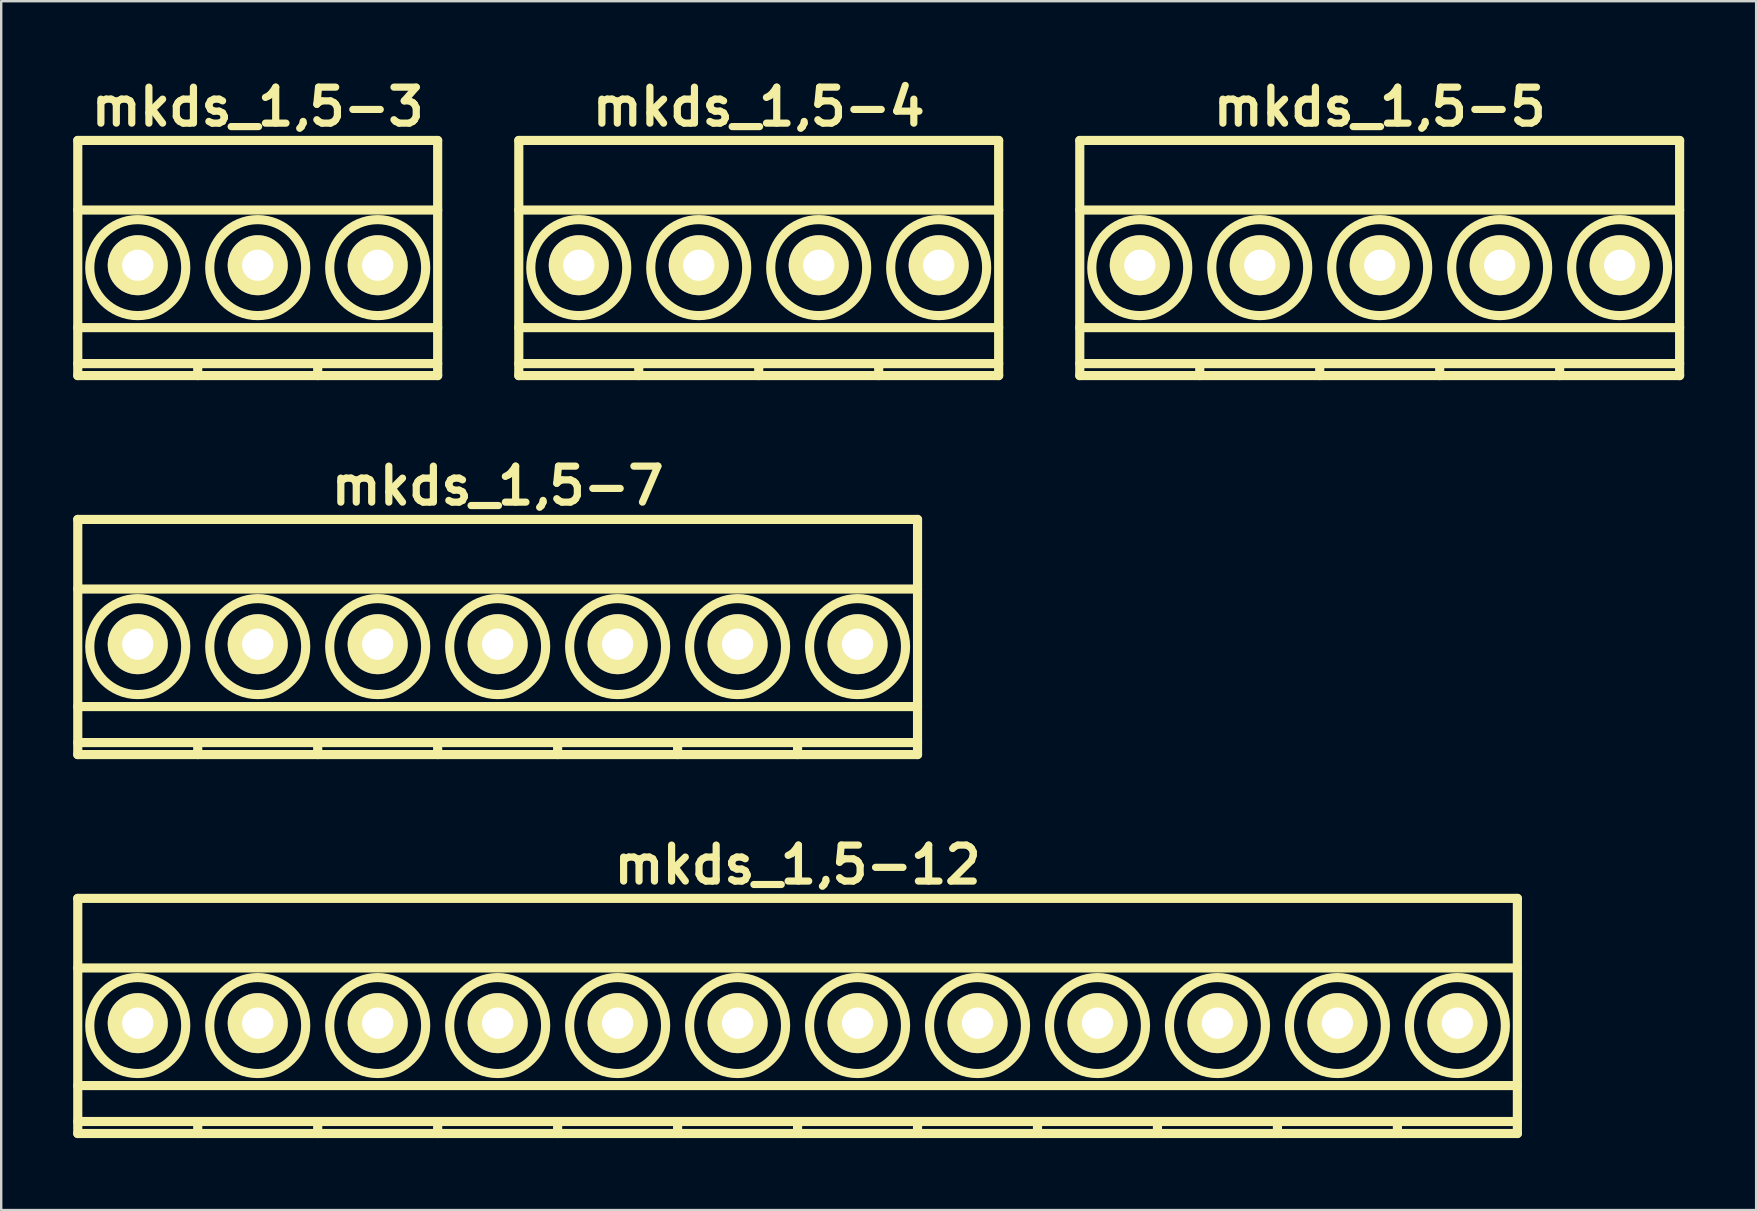
<source format=kicad_pcb>
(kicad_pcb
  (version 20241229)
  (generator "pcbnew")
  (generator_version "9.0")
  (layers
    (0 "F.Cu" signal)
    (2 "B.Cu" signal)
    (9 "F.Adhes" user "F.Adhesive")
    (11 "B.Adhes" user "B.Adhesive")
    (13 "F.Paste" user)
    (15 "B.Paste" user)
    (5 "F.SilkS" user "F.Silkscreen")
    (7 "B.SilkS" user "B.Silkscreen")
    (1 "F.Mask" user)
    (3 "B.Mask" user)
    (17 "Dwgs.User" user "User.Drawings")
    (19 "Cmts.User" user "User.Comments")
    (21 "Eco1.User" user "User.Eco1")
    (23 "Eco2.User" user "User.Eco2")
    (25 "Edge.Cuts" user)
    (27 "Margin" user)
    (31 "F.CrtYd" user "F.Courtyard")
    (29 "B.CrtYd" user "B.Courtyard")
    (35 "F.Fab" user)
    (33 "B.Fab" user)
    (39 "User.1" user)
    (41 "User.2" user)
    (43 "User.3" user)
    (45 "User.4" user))
  (footprint "mkds_1,5-7"
    (layer "F.Cu")
    (at 17.691 23.799)
    (property "Reference" "mkds_1,5-7" (at 0 -6.6 0) (layer "F.SilkS") (effects (font (size 1.5 1.5) (thickness 0.3))))
    (attr through_hole)
    (fp_line (start -17.5 -5.2) (end -17.5 4.6) (stroke (width 0.381) (type solid)) (layer "F.SilkS"))
    (fp_line (start -17.5 -2.3) (end 17.5 -2.3) (stroke (width 0.381) (type solid)) (layer "F.SilkS"))
    (fp_line (start -17.5 2.6) (end 17.5 2.6) (stroke (width 0.381) (type solid)) (layer "F.SilkS"))
    (fp_line (start -17.5 4.1) (end 17.5 4.1) (stroke (width 0.381) (type solid)) (layer "F.SilkS"))
    (fp_line (start -17.5 4.6) (end 17.5 4.6) (stroke (width 0.381) (type solid)) (layer "F.SilkS"))
    (fp_line (start -12.5 4.1) (end -12.5 4.6) (stroke (width 0.381) (type solid)) (layer "F.SilkS"))
    (fp_line (start -7.5 4.1) (end -7.5 4.6) (stroke (width 0.381) (type solid)) (layer "F.SilkS"))
    (fp_line (start -2.5 4.1) (end -2.5 4.6) (stroke (width 0.381) (type solid)) (layer "F.SilkS"))
    (fp_line (start 2.5 4.1) (end 2.5 4.6) (stroke (width 0.381) (type solid)) (layer "F.SilkS"))
    (fp_line (start 7.5 4.1) (end 7.5 4.6) (stroke (width 0.381) (type solid)) (layer "F.SilkS"))
    (fp_line (start 12.5 4.1) (end 12.5 4.6) (stroke (width 0.381) (type solid)) (layer "F.SilkS"))
    (fp_line (start 17.5 -5.2) (end -17.5 -5.2) (stroke (width 0.381) (type solid)) (layer "F.SilkS"))
    (fp_line (start 17.5 4.6) (end 17.5 -5.2) (stroke (width 0.381) (type solid)) (layer "F.SilkS"))
    (fp_circle (center -15 0.1) (end -13 0.1) (stroke (width 0.381) (type solid)) (fill no) (layer "F.SilkS"))
    (fp_circle (center -10 0.1) (end -12 0.1) (stroke (width 0.381) (type solid)) (fill no) (layer "F.SilkS"))
    (fp_circle (center -5 0.1) (end -7 0.1) (stroke (width 0.381) (type solid)) (fill no) (layer "F.SilkS"))
    (fp_circle (center 0 0.1) (end -2 0.1) (stroke (width 0.381) (type solid)) (fill no) (layer "F.SilkS"))
    (fp_circle (center 5 0.1) (end 3 0.1) (stroke (width 0.381) (type solid)) (fill no) (layer "F.SilkS"))
    (fp_circle (center 10 0.1) (end 8 0.1) (stroke (width 0.381) (type solid)) (fill no) (layer "F.SilkS"))
    (fp_circle (center 15 0.1) (end 13 0.1) (stroke (width 0.381) (type solid)) (fill no) (layer "F.SilkS"))
    (pad "1" thru_hole circle (at -15 0) (size 2.5 2.5) (drill 1.3) (layers "*.Cu" "*.Mask" "F.SilkS"))
    (pad "2" thru_hole circle (at -10 0) (size 2.5 2.5) (drill 1.3) (layers "*.Cu" "*.Mask" "F.SilkS"))
    (pad "3" thru_hole circle (at -5 0) (size 2.5 2.5) (drill 1.3) (layers "*.Cu" "*.Mask" "F.SilkS"))
    (pad "4" thru_hole circle (at 0 0) (size 2.5 2.5) (drill 1.3) (layers "*.Cu" "*.Mask" "F.SilkS"))
    (pad "5" thru_hole circle (at 5 0) (size 2.5 2.5) (drill 1.3) (layers "*.Cu" "*.Mask" "F.SilkS"))
    (pad "6" thru_hole circle (at 10 0) (size 2.5 2.5) (drill 1.3) (layers "*.Cu" "*.Mask" "F.SilkS"))
    (pad "7" thru_hole circle (at 15 0) (size 2.5 2.5) (drill 1.3) (layers "*.Cu" "*.Mask" "F.SilkS")))
  (footprint "mkds_1,5-12"
    (layer "F.Cu")
    (at 30.191 39.593)
    (property "Reference" "mkds_1,5-12" (at 0 -6.6 0) (layer "F.SilkS") (effects (font (size 1.5 1.5) (thickness 0.3))))
    (attr through_hole)
    (fp_line (start -30 -5.2) (end -30 4.6) (stroke (width 0.381) (type solid)) (layer "F.SilkS"))
    (fp_line (start -30 -2.3) (end 30 -2.3) (stroke (width 0.381) (type solid)) (layer "F.SilkS"))
    (fp_line (start -30 2.6) (end 30 2.6) (stroke (width 0.381) (type solid)) (layer "F.SilkS"))
    (fp_line (start -30 4.1) (end 30 4.1) (stroke (width 0.381) (type solid)) (layer "F.SilkS"))
    (fp_line (start -30 4.6) (end 30 4.6) (stroke (width 0.381) (type solid)) (layer "F.SilkS"))
    (fp_line (start -25 4.1) (end -25 4.6) (stroke (width 0.381) (type solid)) (layer "F.SilkS"))
    (fp_line (start -20 4.1) (end -20 4.6) (stroke (width 0.381) (type solid)) (layer "F.SilkS"))
    (fp_line (start -15 4.1) (end -15 4.6) (stroke (width 0.381) (type solid)) (layer "F.SilkS"))
    (fp_line (start -10 4.1) (end -10 4.6) (stroke (width 0.381) (type solid)) (layer "F.SilkS"))
    (fp_line (start -5 4.1) (end -5 4.6) (stroke (width 0.381) (type solid)) (layer "F.SilkS"))
    (fp_line (start 0 4.1) (end 0 4.6) (stroke (width 0.381) (type solid)) (layer "F.SilkS"))
    (fp_line (start 5 4.1) (end 5 4.6) (stroke (width 0.381) (type solid)) (layer "F.SilkS"))
    (fp_line (start 10 4.1) (end 10 4.6) (stroke (width 0.381) (type solid)) (layer "F.SilkS"))
    (fp_line (start 15 4.1) (end 15 4.6) (stroke (width 0.381) (type solid)) (layer "F.SilkS"))
    (fp_line (start 20 4.1) (end 20 4.6) (stroke (width 0.381) (type solid)) (layer "F.SilkS"))
    (fp_line (start 25 4.1) (end 25 4.6) (stroke (width 0.381) (type solid)) (layer "F.SilkS"))
    (fp_line (start 30 -5.2) (end -30 -5.2) (stroke (width 0.381) (type solid)) (layer "F.SilkS"))
    (fp_line (start 30 4.6) (end 30 -5.2) (stroke (width 0.381) (type solid)) (layer "F.SilkS"))
    (fp_circle (center -27.5 0.1) (end -25.5 0.1) (stroke (width 0.381) (type solid)) (fill no) (layer "F.SilkS"))
    (fp_circle (center -22.5 0.1) (end -24.5 0.1) (stroke (width 0.381) (type solid)) (fill no) (layer "F.SilkS"))
    (fp_circle (center -17.5 0.1) (end -19.5 0.1) (stroke (width 0.381) (type solid)) (fill no) (layer "F.SilkS"))
    (fp_circle (center -12.5 0.1) (end -14.5 0.1) (stroke (width 0.381) (type solid)) (fill no) (layer "F.SilkS"))
    (fp_circle (center -7.5 0.1) (end -9.5 0.1) (stroke (width 0.381) (type solid)) (fill no) (layer "F.SilkS"))
    (fp_circle (center -2.5 0.1) (end -4.5 0.1) (stroke (width 0.381) (type solid)) (fill no) (layer "F.SilkS"))
    (fp_circle (center 2.5 0.1) (end 0.5 0.1) (stroke (width 0.381) (type solid)) (fill no) (layer "F.SilkS"))
    (fp_circle (center 7.5 0.1) (end 5.5 0.1) (stroke (width 0.381) (type solid)) (fill no) (layer "F.SilkS"))
    (fp_circle (center 12.5 0.1) (end 10.5 0.1) (stroke (width 0.381) (type solid)) (fill no) (layer "F.SilkS"))
    (fp_circle (center 17.5 0.1) (end 15.5 0.1) (stroke (width 0.381) (type solid)) (fill no) (layer "F.SilkS"))
    (fp_circle (center 22.5 0.1) (end 20.5 0.1) (stroke (width 0.381) (type solid)) (fill no) (layer "F.SilkS"))
    (fp_circle (center 27.5 0.1) (end 25.5 0.1) (stroke (width 0.381) (type solid)) (fill no) (layer "F.SilkS"))
    (pad "1" thru_hole circle (at -27.5 0) (size 2.5 2.5) (drill 1.3) (layers "*.Cu" "*.Mask" "F.SilkS"))
    (pad "2" thru_hole circle (at -22.5 0) (size 2.5 2.5) (drill 1.3) (layers "*.Cu" "*.Mask" "F.SilkS"))
    (pad "3" thru_hole circle (at -17.5 0) (size 2.5 2.5) (drill 1.3) (layers "*.Cu" "*.Mask" "F.SilkS"))
    (pad "4" thru_hole circle (at -12.5 0) (size 2.5 2.5) (drill 1.3) (layers "*.Cu" "*.Mask" "F.SilkS"))
    (pad "5" thru_hole circle (at -7.5 0) (size 2.5 2.5) (drill 1.3) (layers "*.Cu" "*.Mask" "F.SilkS"))
    (pad "6" thru_hole circle (at -2.5 0) (size 2.5 2.5) (drill 1.3) (layers "*.Cu" "*.Mask" "F.SilkS"))
    (pad "7" thru_hole circle (at 2.5 0) (size 2.5 2.5) (drill 1.3) (layers "*.Cu" "*.Mask" "F.SilkS"))
    (pad "8" thru_hole circle (at 7.5 0) (size 2.5 2.5) (drill 1.3) (layers "*.Cu" "*.Mask" "F.SilkS"))
    (pad "9" thru_hole circle (at 12.5 0) (size 2.5 2.5) (drill 1.3) (layers "*.Cu" "*.Mask" "F.SilkS"))
    (pad "10" thru_hole circle (at 17.5 0) (size 2.5 2.5) (drill 1.3) (layers "*.Cu" "*.Mask" "F.SilkS"))
    (pad "11" thru_hole circle (at 22.5 0) (size 2.5 2.5) (drill 1.3) (layers "*.Cu" "*.Mask" "F.SilkS"))
    (pad "12" thru_hole circle (at 27.5 0) (size 2.5 2.5) (drill 1.3) (layers "*.Cu" "*.Mask" "F.SilkS")))
  (footprint "mkds_1,5-3"
    (layer "F.Cu")
    (at 7.691 8.004)
    (property "Reference" "mkds_1,5-3" (at 0 -6.6 0) (layer "F.SilkS") (effects (font (size 1.5 1.5) (thickness 0.3))))
    (attr through_hole)
    (fp_line (start -7.5 -5.2) (end -7.5 4.6) (stroke (width 0.381) (type solid)) (layer "F.SilkS"))
    (fp_line (start -7.5 -2.3) (end 7.5 -2.3) (stroke (width 0.381) (type solid)) (layer "F.SilkS"))
    (fp_line (start -7.5 2.6) (end 7.5 2.6) (stroke (width 0.381) (type solid)) (layer "F.SilkS"))
    (fp_line (start -7.5 4.1) (end 7.5 4.1) (stroke (width 0.381) (type solid)) (layer "F.SilkS"))
    (fp_line (start -7.5 4.6) (end 7.5 4.6) (stroke (width 0.381) (type solid)) (layer "F.SilkS"))
    (fp_line (start -2.5 4.1) (end -2.5 4.6) (stroke (width 0.381) (type solid)) (layer "F.SilkS"))
    (fp_line (start 2.5 4.1) (end 2.5 4.6) (stroke (width 0.381) (type solid)) (layer "F.SilkS"))
    (fp_line (start 7.5 -5.2) (end -7.5 -5.2) (stroke (width 0.381) (type solid)) (layer "F.SilkS"))
    (fp_line (start 7.5 4.6) (end 7.5 -5.2) (stroke (width 0.381) (type solid)) (layer "F.SilkS"))
    (fp_circle (center -5 0.1) (end -3 0.1) (stroke (width 0.381) (type solid)) (fill no) (layer "F.SilkS"))
    (fp_circle (center 0 0.1) (end -2 0.1) (stroke (width 0.381) (type solid)) (fill no) (layer "F.SilkS"))
    (fp_circle (center 5 0.1) (end 3 0.1) (stroke (width 0.381) (type solid)) (fill no) (layer "F.SilkS"))
    (pad "1" thru_hole circle (at -5 0) (size 2.5 2.5) (drill 1.3) (layers "*.Cu" "*.Mask" "F.SilkS"))
    (pad "2" thru_hole circle (at 0 0) (size 2.5 2.5) (drill 1.3) (layers "*.Cu" "*.Mask" "F.SilkS"))
    (pad "3" thru_hole circle (at 5 0) (size 2.5 2.5) (drill 1.3) (layers "*.Cu" "*.Mask" "F.SilkS")))
  (footprint "mkds_1,5-4"
    (layer "F.Cu")
    (at 28.572 8.004)
    (property "Reference" "mkds_1,5-4" (at 0 -6.6 0) (layer "F.SilkS") (effects (font (size 1.5 1.5) (thickness 0.3))))
    (attr through_hole)
    (fp_line (start -10 -5.2) (end -10 4.6) (stroke (width 0.381) (type solid)) (layer "F.SilkS"))
    (fp_line (start -10 -2.3) (end 10 -2.3) (stroke (width 0.381) (type solid)) (layer "F.SilkS"))
    (fp_line (start -10 2.6) (end 10 2.6) (stroke (width 0.381) (type solid)) (layer "F.SilkS"))
    (fp_line (start -10 4.1) (end 10 4.1) (stroke (width 0.381) (type solid)) (layer "F.SilkS"))
    (fp_line (start -10 4.6) (end 10 4.6) (stroke (width 0.381) (type solid)) (layer "F.SilkS"))
    (fp_line (start -5 4.1) (end -5 4.6) (stroke (width 0.381) (type solid)) (layer "F.SilkS"))
    (fp_line (start 0 4.1) (end 0 4.6) (stroke (width 0.381) (type solid)) (layer "F.SilkS"))
    (fp_line (start 5 4.1) (end 5 4.6) (stroke (width 0.381) (type solid)) (layer "F.SilkS"))
    (fp_line (start 10 -5.2) (end -10 -5.2) (stroke (width 0.381) (type solid)) (layer "F.SilkS"))
    (fp_line (start 10 4.6) (end 10 -5.2) (stroke (width 0.381) (type solid)) (layer "F.SilkS"))
    (fp_circle (center -7.5 0.1) (end -5.5 0.1) (stroke (width 0.381) (type solid)) (fill no) (layer "F.SilkS"))
    (fp_circle (center -2.5 0.1) (end -4.5 0.1) (stroke (width 0.381) (type solid)) (fill no) (layer "F.SilkS"))
    (fp_circle (center 2.5 0.1) (end 0.5 0.1) (stroke (width 0.381) (type solid)) (fill no) (layer "F.SilkS"))
    (fp_circle (center 7.5 0.1) (end 5.5 0.1) (stroke (width 0.381) (type solid)) (fill no) (layer "F.SilkS"))
    (pad "1" thru_hole circle (at -7.5 0) (size 2.5 2.5) (drill 1.3) (layers "*.Cu" "*.Mask" "F.SilkS"))
    (pad "2" thru_hole circle (at -2.5 0) (size 2.5 2.5) (drill 1.3) (layers "*.Cu" "*.Mask" "F.SilkS"))
    (pad "3" thru_hole circle (at 2.5 0) (size 2.5 2.5) (drill 1.3) (layers "*.Cu" "*.Mask" "F.SilkS"))
    (pad "4" thru_hole circle (at 7.5 0) (size 2.5 2.5) (drill 1.3) (layers "*.Cu" "*.Mask" "F.SilkS")))
  (footprint "mkds_1,5-5"
    (layer "F.Cu")
    (at 54.453 8.004)
    (property "Reference" "mkds_1,5-5" (at 0 -6.6 0) (layer "F.SilkS") (effects (font (size 1.5 1.5) (thickness 0.3))))
    (attr through_hole)
    (fp_line (start -12.5 -5.2) (end -12.5 4.6) (stroke (width 0.381) (type solid)) (layer "F.SilkS"))
    (fp_line (start -12.5 -2.3) (end 12.5 -2.3) (stroke (width 0.381) (type solid)) (layer "F.SilkS"))
    (fp_line (start -12.5 2.6) (end 12.5 2.6) (stroke (width 0.381) (type solid)) (layer "F.SilkS"))
    (fp_line (start -12.5 4.1) (end 12.5 4.1) (stroke (width 0.381) (type solid)) (layer "F.SilkS"))
    (fp_line (start -12.5 4.6) (end 12.5 4.6) (stroke (width 0.381) (type solid)) (layer "F.SilkS"))
    (fp_line (start -7.5 4.1) (end -7.5 4.6) (stroke (width 0.381) (type solid)) (layer "F.SilkS"))
    (fp_line (start -2.5 4.1) (end -2.5 4.6) (stroke (width 0.381) (type solid)) (layer "F.SilkS"))
    (fp_line (start 2.5 4.1) (end 2.5 4.6) (stroke (width 0.381) (type solid)) (layer "F.SilkS"))
    (fp_line (start 7.5 4.1) (end 7.5 4.6) (stroke (width 0.381) (type solid)) (layer "F.SilkS"))
    (fp_line (start 12.5 -5.2) (end -12.5 -5.2) (stroke (width 0.381) (type solid)) (layer "F.SilkS"))
    (fp_line (start 12.5 4.6) (end 12.5 -5.2) (stroke (width 0.381) (type solid)) (layer "F.SilkS"))
    (fp_circle (center -10 0.1) (end -8 0.1) (stroke (width 0.381) (type solid)) (fill no) (layer "F.SilkS"))
    (fp_circle (center -5 0.1) (end -7 0.1) (stroke (width 0.381) (type solid)) (fill no) (layer "F.SilkS"))
    (fp_circle (center 0 0.1) (end -2 0.1) (stroke (width 0.381) (type solid)) (fill no) (layer "F.SilkS"))
    (fp_circle (center 5 0.1) (end 3 0.1) (stroke (width 0.381) (type solid)) (fill no) (layer "F.SilkS"))
    (fp_circle (center 10 0.1) (end 8 0.1) (stroke (width 0.381) (type solid)) (fill no) (layer "F.SilkS"))
    (pad "1" thru_hole circle (at -10 0) (size 2.5 2.5) (drill 1.3) (layers "*.Cu" "*.Mask" "F.SilkS"))
    (pad "2" thru_hole circle (at -5 0) (size 2.5 2.5) (drill 1.3) (layers "*.Cu" "*.Mask" "F.SilkS"))
    (pad "3" thru_hole circle (at 0 0) (size 2.5 2.5) (drill 1.3) (layers "*.Cu" "*.Mask" "F.SilkS"))
    (pad "4" thru_hole circle (at 5 0) (size 2.5 2.5) (drill 1.3) (layers "*.Cu" "*.Mask" "F.SilkS"))
    (pad "5" thru_hole circle (at 10 0) (size 2.5 2.5) (drill 1.3) (layers "*.Cu" "*.Mask" "F.SilkS")))
  (gr_rect
    (start -3 -3)
    (end 70.143 47.383)
    (stroke (width 0.1) (type default))
    (fill no)
    (layer "Edge.Cuts")))
</source>
